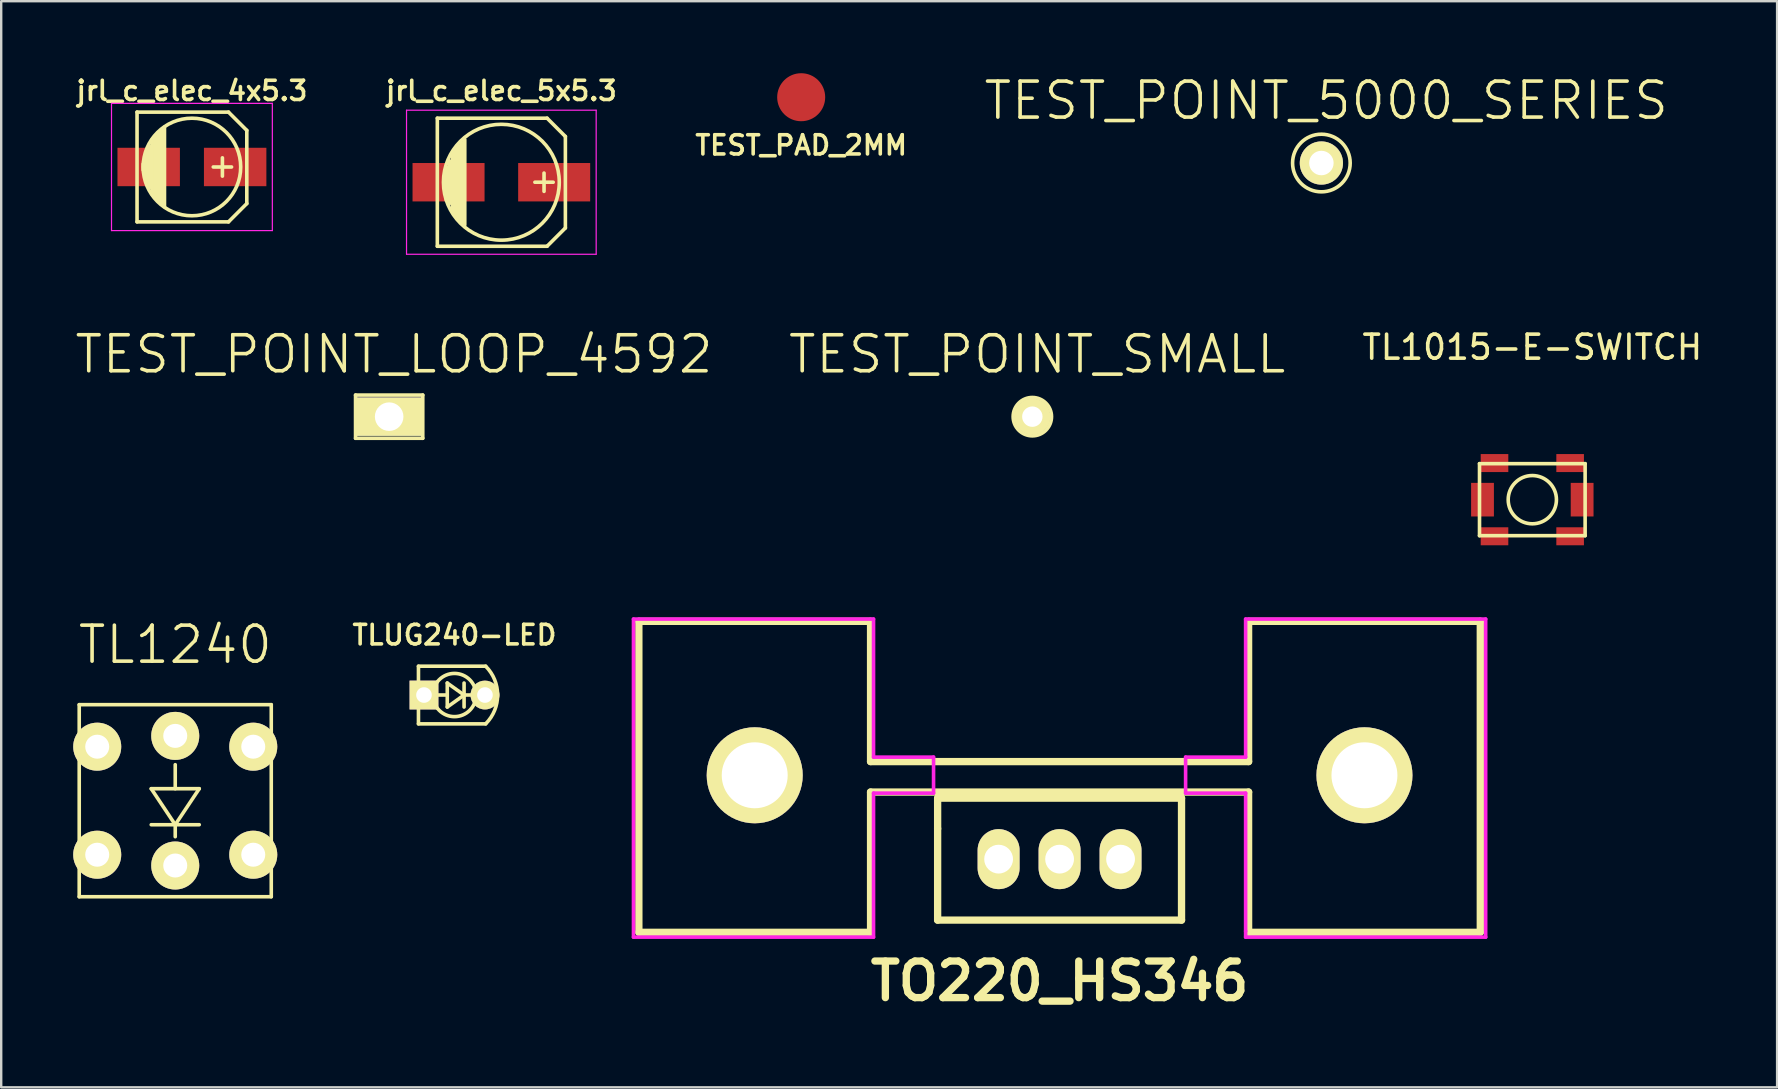
<source format=kicad_pcb>
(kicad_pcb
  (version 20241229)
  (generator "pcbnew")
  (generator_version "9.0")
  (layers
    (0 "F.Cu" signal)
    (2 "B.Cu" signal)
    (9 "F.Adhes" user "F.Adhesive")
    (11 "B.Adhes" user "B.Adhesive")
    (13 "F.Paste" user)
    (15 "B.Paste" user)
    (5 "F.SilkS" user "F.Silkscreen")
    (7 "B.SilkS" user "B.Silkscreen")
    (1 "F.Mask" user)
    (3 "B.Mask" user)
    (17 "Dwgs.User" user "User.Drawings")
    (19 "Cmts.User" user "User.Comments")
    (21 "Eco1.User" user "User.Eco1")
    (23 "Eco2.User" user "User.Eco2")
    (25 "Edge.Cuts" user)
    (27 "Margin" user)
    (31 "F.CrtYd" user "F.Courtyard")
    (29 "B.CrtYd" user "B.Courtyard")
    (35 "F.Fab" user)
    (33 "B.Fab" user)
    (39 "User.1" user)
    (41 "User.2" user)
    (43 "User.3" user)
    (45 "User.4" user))
  (footprint "TO220_HS346"
    (layer "F.Cu")
    (at 41.089 32.739)
    (property "Reference" "TO220_HS346" (at 0 5.08 0) (layer "F.SilkS") (effects (font (size 1.524 1.524) (thickness 0.305))))
    (attr through_hole)
    (fp_line (start -17.526 -9.906) (end -17.526 3.048) (stroke (width 0.305) (type solid)) (layer "F.SilkS"))
    (fp_line (start -17.526 3.048) (end -7.874 3.048) (stroke (width 0.305) (type solid)) (layer "F.SilkS"))
    (fp_line (start -7.874 -9.906) (end -17.526 -9.906) (stroke (width 0.305) (type solid)) (layer "F.SilkS"))
    (fp_line (start -7.874 -9.906) (end -7.874 -4.064) (stroke (width 0.305) (type solid)) (layer "F.SilkS"))
    (fp_line (start -7.874 -2.794) (end -7.874 3.048) (stroke (width 0.305) (type solid)) (layer "F.SilkS"))
    (fp_line (start -7.874 -2.794) (end 7.874 -2.794) (stroke (width 0.305) (type solid)) (layer "F.SilkS"))
    (fp_line (start -5.08 -2.54) (end -5.08 -1.27) (stroke (width 0.305) (type solid)) (layer "F.SilkS"))
    (fp_line (start -5.08 -1.27) (end -5.08 2.54) (stroke (width 0.305) (type solid)) (layer "F.SilkS"))
    (fp_line (start -5.08 2.54) (end 5.08 2.54) (stroke (width 0.305) (type solid)) (layer "F.SilkS"))
    (fp_line (start 5.08 -2.54) (end -5.08 -2.54) (stroke (width 0.305) (type solid)) (layer "F.SilkS"))
    (fp_line (start 5.08 2.54) (end 5.08 -2.54) (stroke (width 0.305) (type solid)) (layer "F.SilkS"))
    (fp_line (start 7.874 -9.906) (end 7.874 -4.064) (stroke (width 0.305) (type solid)) (layer "F.SilkS"))
    (fp_line (start 7.874 -4.064) (end -7.874 -4.064) (stroke (width 0.305) (type solid)) (layer "F.SilkS"))
    (fp_line (start 7.874 3.048) (end 7.874 -2.794) (stroke (width 0.305) (type solid)) (layer "F.SilkS"))
    (fp_line (start 7.874 3.048) (end 17.526 3.048) (stroke (width 0.305) (type solid)) (layer "F.SilkS"))
    (fp_line (start 17.526 -9.906) (end 7.874 -9.906) (stroke (width 0.305) (type solid)) (layer "F.SilkS"))
    (fp_line (start 17.526 -9.906) (end 17.526 3.048) (stroke (width 0.305) (type solid)) (layer "F.SilkS"))
    (fp_line (start -17.75 -10) (end -17.75 3.25) (stroke (width 0.15) (type solid)) (layer "F.CrtYd"))
    (fp_line (start -17.75 3.25) (end -7.75 3.25) (stroke (width 0.15) (type solid)) (layer "F.CrtYd"))
    (fp_line (start -7.75 -10) (end -17.75 -10) (stroke (width 0.15) (type solid)) (layer "F.CrtYd"))
    (fp_line (start -7.75 -4.25) (end -7.75 -10) (stroke (width 0.15) (type solid)) (layer "F.CrtYd"))
    (fp_line (start -7.75 -2.75) (end -5.25 -2.75) (stroke (width 0.15) (type solid)) (layer "F.CrtYd"))
    (fp_line (start -7.75 3.25) (end -7.75 -2.75) (stroke (width 0.15) (type solid)) (layer "F.CrtYd"))
    (fp_line (start -5.25 -4.25) (end -7.75 -4.25) (stroke (width 0.15) (type solid)) (layer "F.CrtYd"))
    (fp_line (start -5.25 -2.75) (end -5.25 -4.25) (stroke (width 0.15) (type solid)) (layer "F.CrtYd"))
    (fp_line (start 5.25 -4.25) (end 5.25 -2.75) (stroke (width 0.15) (type solid)) (layer "F.CrtYd"))
    (fp_line (start 5.25 -2.75) (end 7.75 -2.75) (stroke (width 0.15) (type solid)) (layer "F.CrtYd"))
    (fp_line (start 7.75 -10) (end 7.75 -4.25) (stroke (width 0.15) (type solid)) (layer "F.CrtYd"))
    (fp_line (start 7.75 -4.25) (end 5.25 -4.25) (stroke (width 0.15) (type solid)) (layer "F.CrtYd"))
    (fp_line (start 7.75 -2.75) (end 7.75 3) (stroke (width 0.15) (type solid)) (layer "F.CrtYd"))
    (fp_line (start 7.75 3) (end 7.75 3.25) (stroke (width 0.15) (type solid)) (layer "F.CrtYd"))
    (fp_line (start 7.75 3.25) (end 17.75 3.25) (stroke (width 0.15) (type solid)) (layer "F.CrtYd"))
    (fp_line (start 17.75 -10) (end 7.75 -10) (stroke (width 0.15) (type solid)) (layer "F.CrtYd"))
    (fp_line (start 17.75 3.25) (end 17.75 -10) (stroke (width 0.15) (type solid)) (layer "F.CrtYd"))
    (pad "" thru_hole circle (at -12.7 -3.493) (size 4 4) (drill 2.748) (layers "*.Cu" "*.Mask" "F.SilkS"))
    (pad "" thru_hole circle (at 12.7 -3.493) (size 4 4) (drill 2.748) (layers "*.Cu" "*.Mask" "F.SilkS"))
    (pad "1" thru_hole oval (at -2.54 0) (size 1.748 2.499) (drill 1.199) (layers "*.Cu" "*.Mask" "F.SilkS"))
    (pad "2" thru_hole oval (at 0 0) (size 1.748 2.499) (drill 1.199) (layers "*.Cu" "*.Mask" "F.SilkS"))
    (pad "3" thru_hole oval (at 2.54 0) (size 1.745 2.499) (drill 1.199) (layers "*.Cu" "*.Mask" "F.SilkS")))
  (footprint "TEST_POINT_LOOP_4592"
    (layer "F.Cu")
    (at 13.161 14.307)
    (property "Reference" "TEST_POINT_LOOP_4592" (at 0.2 -2.6 0) (layer "F.SilkS") (effects (font (size 1.5 1.5) (thickness 0.15))))
    (attr through_hole)
    (fp_line (start -1.4 -0.9) (end 1.4 -0.9) (stroke (width 0.15) (type solid)) (layer "F.SilkS"))
    (fp_line (start -1.4 0.9) (end -1.4 -0.9) (stroke (width 0.15) (type solid)) (layer "F.SilkS"))
    (fp_line (start -1.4 0.9) (end 1.4 0.9) (stroke (width 0.15) (type solid)) (layer "F.SilkS"))
    (fp_line (start 1.4 -0.9) (end 1.4 0.9) (stroke (width 0.15) (type solid)) (layer "F.SilkS"))
    (pad "1" thru_hole rect (at 0 0) (size 2.8 1.6) (drill 1.19) (layers "*.Cu" "*.Mask" "F.SilkS")))
  (footprint "TL1240"
    (layer "F.Cu")
    (at 4.25 30.305)
    (property "Reference" "TL1240" (at 0 -6.5 0) (layer "F.SilkS") (effects (font (size 1.5 1.5) (thickness 0.15))))
    (attr through_hole)
    (fp_line (start -4 -4) (end 4 -4) (stroke (width 0.15) (type solid)) (layer "F.SilkS"))
    (fp_line (start -4 4) (end -4 -4) (stroke (width 0.15) (type solid)) (layer "F.SilkS"))
    (fp_line (start -1 -0.5) (end 1 -0.5) (stroke (width 0.15) (type solid)) (layer "F.SilkS"))
    (fp_line (start -1 1) (end 1 1) (stroke (width 0.15) (type solid)) (layer "F.SilkS"))
    (fp_line (start 0 -0.5) (end 0 -1.5) (stroke (width 0.15) (type solid)) (layer "F.SilkS"))
    (fp_line (start 0 1) (end -1 -0.5) (stroke (width 0.15) (type solid)) (layer "F.SilkS"))
    (fp_line (start 0 1) (end 0 1.5) (stroke (width 0.15) (type solid)) (layer "F.SilkS"))
    (fp_line (start 1 -0.5) (end 0 1) (stroke (width 0.15) (type solid)) (layer "F.SilkS"))
    (fp_line (start 4 -4) (end 4 4) (stroke (width 0.15) (type solid)) (layer "F.SilkS"))
    (fp_line (start 4 4) (end -4 4) (stroke (width 0.15) (type solid)) (layer "F.SilkS"))
    (pad "1" thru_hole circle (at -3.25 2.25) (size 2 2) (drill 1) (layers "*.Cu" "*.Mask" "F.SilkS"))
    (pad "2" thru_hole circle (at 3.25 2.25) (size 2 2) (drill 1) (layers "*.Cu" "*.Mask" "F.SilkS"))
    (pad "3" thru_hole circle (at -3.25 -2.25) (size 2 2) (drill 1) (layers "*.Cu" "*.Mask" "F.SilkS"))
    (pad "4" thru_hole circle (at 3.25 -2.25) (size 2 2) (drill 1) (layers "*.Cu" "*.Mask" "F.SilkS"))
    (pad "5" thru_hole circle (at 0 2.7) (size 2 2) (drill 1) (layers "*.Cu" "*.Mask" "F.SilkS"))
    (pad "6" thru_hole circle (at 0 -2.7) (size 2 2) (drill 1) (layers "*.Cu" "*.Mask" "F.SilkS")))
  (footprint "TEST_POINT_5000_SERIES"
    (layer "F.Cu")
    (at 51.995 3.741)
    (property "Reference" "TEST_POINT_5000_SERIES" (at 0.2 -2.6 0) (layer "F.SilkS") (effects (font (size 1.5 1.5) (thickness 0.15))))
    (attr through_hole)
    (fp_circle (center 0 0) (end 1.2 0) (stroke (width 0.15) (type solid)) (fill no) (layer "F.SilkS"))
    (pad "1" thru_hole circle (at 0 0) (size 1.8 1.8) (drill 1.02) (layers "*.Cu" "*.Mask" "F.SilkS")))
  (footprint "TLUG240-LED"
    (layer "F.Cu")
    (at 15.882 25.903)
    (property "Reference" "TLUG240-LED" (at 0 -2.5 0) (layer "F.SilkS") (effects (font (size 0.813 0.813) (thickness 0.15))))
    (attr through_hole)
    (fp_line (start -1.5 -1.2) (end -1.5 1.2) (stroke (width 0.15) (type solid)) (layer "F.SilkS"))
    (fp_line (start -1.5 -1.2) (end 1.3 -1.2) (stroke (width 0.15) (type solid)) (layer "F.SilkS"))
    (fp_line (start -1.5 1.2) (end 1.3 1.2) (stroke (width 0.15) (type solid)) (layer "F.SilkS"))
    (fp_line (start -1.2 0) (end -1.5 0) (stroke (width 0.15) (type solid)) (layer "F.SilkS"))
    (fp_line (start -1.2 0) (end -0.3 0) (stroke (width 0.15) (type solid)) (layer "F.SilkS"))
    (fp_line (start -0.3 -0.5) (end -0.3 0.5) (stroke (width 0.15) (type solid)) (layer "F.SilkS"))
    (fp_line (start -0.3 0.5) (end 0.4 0) (stroke (width 0.15) (type solid)) (layer "F.SilkS"))
    (fp_line (start 0.4 -0.5) (end 0.4 0.5) (stroke (width 0.15) (type solid)) (layer "F.SilkS"))
    (fp_line (start 0.4 0) (end -0.3 -0.5) (stroke (width 0.15) (type solid)) (layer "F.SilkS"))
    (fp_line (start 0.4 0) (end 1.3 0) (stroke (width 0.15) (type solid)) (layer "F.SilkS"))
    (fp_line (start 1.3 0) (end 1.5 0) (stroke (width 0.15) (type solid)) (layer "F.SilkS"))
    (fp_arc (start 1.3 -1.2) (mid 1.797056 0) (end 1.3 1.2) (stroke (width 0.15) (type solid)) (layer "F.SilkS"))
    (fp_circle (center 0 0) (end 0.9 0) (stroke (width 0.15) (type solid)) (fill no) (layer "F.SilkS"))
    (pad "1" thru_hole circle (at 1.27 0) (size 1.2 1.2) (drill 0.65) (layers "*.Cu" "*.Mask" "F.SilkS"))
    (pad "2" thru_hole rect (at -1.27 0) (size 1.2 1.2) (drill 0.65) (layers "*.Cu" "*.Mask" "F.SilkS")))
  (footprint "jrl_c_elec_5x5.3"
    (layer "F.Cu")
    (at 17.835 4.541)
    (property "Reference" "jrl_c_elec_5x5.3" (at 0 -3.81 0) (layer "F.SilkS") (effects (font (size 0.8 0.8) (thickness 0.15))))
    (attr smd)
    (fp_line (start -2.667 -2.667) (end 1.905 -2.667) (stroke (width 0.15) (type solid)) (layer "F.SilkS"))
    (fp_line (start -2.667 2.667) (end -2.667 -2.667) (stroke (width 0.15) (type solid)) (layer "F.SilkS"))
    (fp_line (start -2.286 -0.635) (end -2.286 0.762) (stroke (width 0.15) (type solid)) (layer "F.SilkS"))
    (fp_line (start -2.159 -0.889) (end -2.159 0.889) (stroke (width 0.15) (type solid)) (layer "F.SilkS"))
    (fp_line (start -2.032 -1.27) (end -2.032 1.27) (stroke (width 0.15) (type solid)) (layer "F.SilkS"))
    (fp_line (start -1.905 1.397) (end -1.905 -1.397) (stroke (width 0.15) (type solid)) (layer "F.SilkS"))
    (fp_line (start -1.778 -1.524) (end -1.778 1.524) (stroke (width 0.15) (type solid)) (layer "F.SilkS"))
    (fp_line (start -1.651 1.651) (end -1.651 -1.651) (stroke (width 0.15) (type solid)) (layer "F.SilkS"))
    (fp_line (start -1.524 -1.778) (end -1.524 1.778) (stroke (width 0.15) (type solid)) (layer "F.SilkS"))
    (fp_line (start 1.778 -0.381) (end 1.778 0.381) (stroke (width 0.15) (type solid)) (layer "F.SilkS"))
    (fp_line (start 1.905 -2.667) (end 2.667 -1.905) (stroke (width 0.15) (type solid)) (layer "F.SilkS"))
    (fp_line (start 1.905 2.667) (end -2.667 2.667) (stroke (width 0.15) (type solid)) (layer "F.SilkS"))
    (fp_line (start 2.159 0) (end 1.397 0) (stroke (width 0.15) (type solid)) (layer "F.SilkS"))
    (fp_line (start 2.667 -1.905) (end 2.667 1.905) (stroke (width 0.15) (type solid)) (layer "F.SilkS"))
    (fp_line (start 2.667 1.905) (end 1.905 2.667) (stroke (width 0.15) (type solid)) (layer "F.SilkS"))
    (fp_circle (center 0 0) (end -2.413 0) (stroke (width 0.15) (type solid)) (fill no) (layer "F.SilkS"))
    (fp_line (start -3.95 -3) (end 3.95 -3) (stroke (width 0.05) (type solid)) (layer "F.CrtYd"))
    (fp_line (start -3.95 3) (end -3.95 -3) (stroke (width 0.05) (type solid)) (layer "F.CrtYd"))
    (fp_line (start 3.95 -3) (end 3.95 3) (stroke (width 0.05) (type solid)) (layer "F.CrtYd"))
    (fp_line (start 3.95 3) (end -3.95 3) (stroke (width 0.05) (type solid)) (layer "F.CrtYd"))
    (pad "1" smd rect (at 2.2 0) (size 3 1.6) (layers "F.Cu" "F.Mask" "F.Paste"))
    (pad "2" smd rect (at -2.2 0) (size 3 1.6) (layers "F.Cu" "F.Mask" "F.Paste")))
  (footprint "TEST_POINT_SMALL"
    (layer "F.Cu")
    (at 39.954 14.307)
    (property "Reference" "TEST_POINT_SMALL" (at 0.2 -2.6 0) (layer "F.SilkS") (effects (font (size 1.5 1.5) (thickness 0.15))))
    (attr through_hole)
    (fp_circle (center 0 0) (end 0.8 0) (stroke (width 0.15) (type solid)) (fill no) (layer "F.SilkS"))
    (pad "1" thru_hole circle (at 0 0) (size 1.5 1.5) (drill 0.85) (layers "*.Cu" "*.Mask" "F.SilkS")))
  (footprint "jrl_c_elec_4x5.3"
    (layer "F.Cu")
    (at 4.945 3.906)
    (property "Reference" "jrl_c_elec_4x5.3" (at 0 -3.175 0) (layer "F.SilkS") (effects (font (size 0.8 0.8) (thickness 0.15))))
    (attr smd)
    (fp_line (start -2.286 -2.286) (end -2.286 2.286) (stroke (width 0.15) (type solid)) (layer "F.SilkS"))
    (fp_line (start -2.032 0.127) (end -2.032 -0.127) (stroke (width 0.15) (type solid)) (layer "F.SilkS"))
    (fp_line (start -1.905 -0.635) (end -1.905 0.635) (stroke (width 0.15) (type solid)) (layer "F.SilkS"))
    (fp_line (start -1.778 0.889) (end -1.778 -0.889) (stroke (width 0.15) (type solid)) (layer "F.SilkS"))
    (fp_line (start -1.651 1.143) (end -1.651 -1.143) (stroke (width 0.15) (type solid)) (layer "F.SilkS"))
    (fp_line (start -1.524 -1.27) (end -1.524 1.27) (stroke (width 0.15) (type solid)) (layer "F.SilkS"))
    (fp_line (start -1.397 1.397) (end -1.397 -1.397) (stroke (width 0.15) (type solid)) (layer "F.SilkS"))
    (fp_line (start -1.27 -1.524) (end -1.27 1.524) (stroke (width 0.15) (type solid)) (layer "F.SilkS"))
    (fp_line (start -1.143 -1.651) (end -1.143 1.651) (stroke (width 0.15) (type solid)) (layer "F.SilkS"))
    (fp_line (start 1.27 -0.381) (end 1.27 0.381) (stroke (width 0.15) (type solid)) (layer "F.SilkS"))
    (fp_line (start 1.524 -2.286) (end -2.286 -2.286) (stroke (width 0.15) (type solid)) (layer "F.SilkS"))
    (fp_line (start 1.524 -2.286) (end 2.286 -1.524) (stroke (width 0.15) (type solid)) (layer "F.SilkS"))
    (fp_line (start 1.524 2.286) (end -2.286 2.286) (stroke (width 0.15) (type solid)) (layer "F.SilkS"))
    (fp_line (start 1.524 2.286) (end 2.286 1.524) (stroke (width 0.15) (type solid)) (layer "F.SilkS"))
    (fp_line (start 1.651 0) (end 0.889 0) (stroke (width 0.15) (type solid)) (layer "F.SilkS"))
    (fp_line (start 2.286 -1.524) (end 2.286 1.524) (stroke (width 0.15) (type solid)) (layer "F.SilkS"))
    (fp_circle (center 0 0) (end -2.032 0) (stroke (width 0.15) (type solid)) (fill no) (layer "F.SilkS"))
    (fp_line (start -3.35 -2.65) (end 3.35 -2.65) (stroke (width 0.05) (type solid)) (layer "F.CrtYd"))
    (fp_line (start -3.35 2.65) (end -3.35 -2.65) (stroke (width 0.05) (type solid)) (layer "F.CrtYd"))
    (fp_line (start 3.35 -2.65) (end 3.35 2.65) (stroke (width 0.05) (type solid)) (layer "F.CrtYd"))
    (fp_line (start 3.35 2.65) (end -3.35 2.65) (stroke (width 0.05) (type solid)) (layer "F.CrtYd"))
    (pad "1" smd rect (at 1.801 0) (size 2.601 1.6) (layers "F.Cu" "F.Mask" "F.Paste"))
    (pad "2" smd rect (at -1.801 0) (size 2.601 1.6) (layers "F.Cu" "F.Mask" "F.Paste")))
  (footprint "TL1015-E-SWITCH"
    (layer "F.Cu")
    (at 60.782 17.765)
    (property "Reference" "TL1015-E-SWITCH" (at 0 -6.35 0) (layer "F.SilkS") (effects (font (size 1 1) (thickness 0.15))))
    (attr through_hole)
    (fp_line (start -2.2 -1.5) (end 2.2 -1.5) (stroke (width 0.15) (type solid)) (layer "F.SilkS"))
    (fp_line (start -2.2 1.5) (end -2.2 -1.5) (stroke (width 0.15) (type solid)) (layer "F.SilkS"))
    (fp_line (start 2.2 -1.5) (end 2.2 1.5) (stroke (width 0.15) (type solid)) (layer "F.SilkS"))
    (fp_line (start 2.2 1.5) (end -2.2 1.5) (stroke (width 0.15) (type solid)) (layer "F.SilkS"))
    (fp_circle (center 0 0) (end 1 0.1) (stroke (width 0.15) (type solid)) (fill no) (layer "F.SilkS"))
    (pad "1" smd rect (at -2.075 0) (size 0.95 1.4) (layers "F.Cu" "F.Mask" "F.Paste"))
    (pad "2" smd rect (at 2.075 0) (size 0.95 1.4) (layers "F.Cu" "F.Mask" "F.Paste"))
    (pad "~" smd rect (at -1.575 -1.525) (size 1.15 0.75) (layers "F.Cu" "F.Mask" "F.Paste"))
    (pad "~" smd rect (at -1.575 1.525) (size 1.15 0.75) (layers "F.Cu" "F.Mask" "F.Paste"))
    (pad "~" smd rect (at 1.575 -1.525) (size 1.15 0.75) (layers "F.Cu" "F.Mask" "F.Paste"))
    (pad "~" smd rect (at 1.575 1.525) (size 1.15 0.75) (layers "F.Cu" "F.Mask" "F.Paste")))
  (footprint "TEST_PAD_2MM"
    (layer "F.Cu")
    (at 30.325 1)
    (property "Reference" "TEST_PAD_2MM" (at 0 2 0) (layer "F.SilkS") (effects (font (size 0.8 0.8) (thickness 0.15))))
    (attr through_hole)
    (pad "1" smd circle (at 0 0) (size 2 2) (layers "F.Cu" "F.Mask" "F.Paste")))
  (gr_rect
    (start -3 -3)
    (end 70.979 42.246)
    (stroke (width 0.1) (type default))
    (fill no)
    (layer "Edge.Cuts")))
</source>
